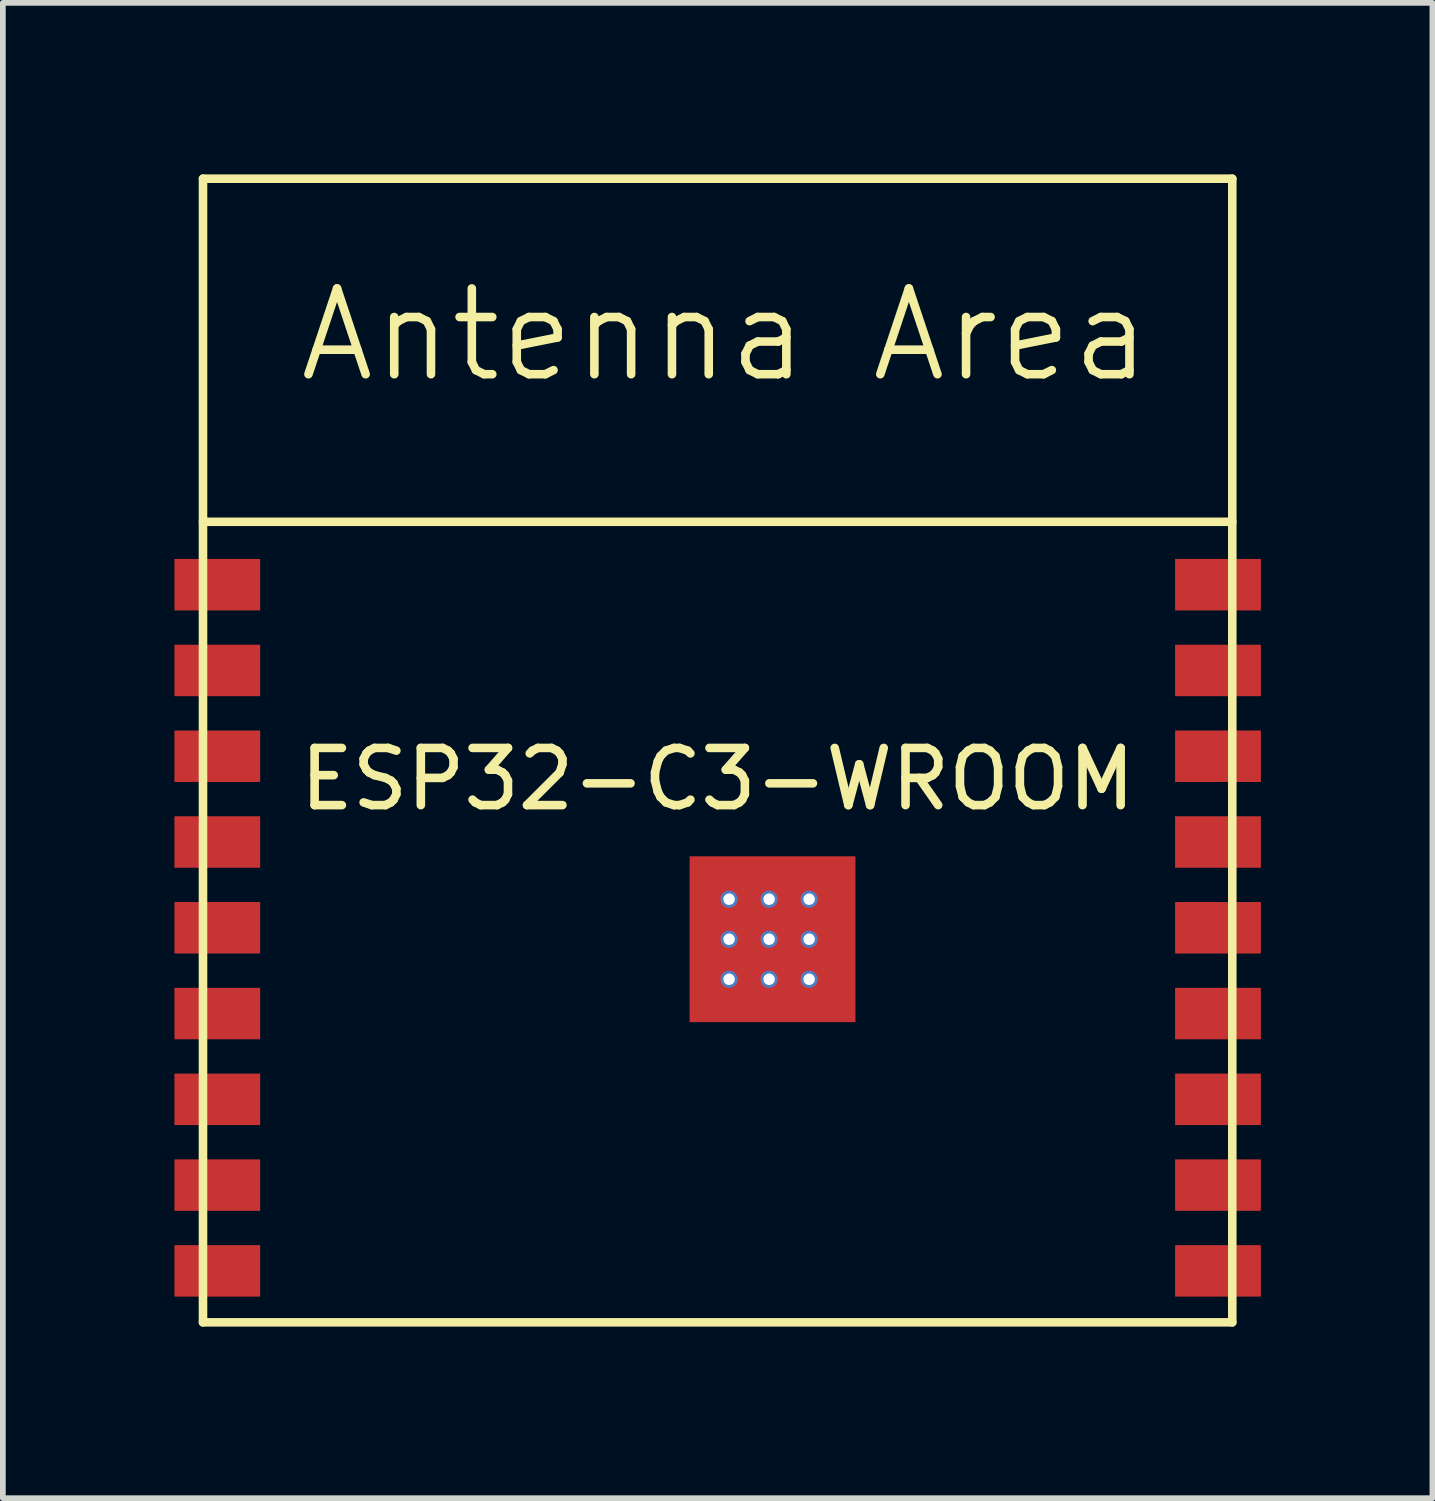
<source format=kicad_pcb>
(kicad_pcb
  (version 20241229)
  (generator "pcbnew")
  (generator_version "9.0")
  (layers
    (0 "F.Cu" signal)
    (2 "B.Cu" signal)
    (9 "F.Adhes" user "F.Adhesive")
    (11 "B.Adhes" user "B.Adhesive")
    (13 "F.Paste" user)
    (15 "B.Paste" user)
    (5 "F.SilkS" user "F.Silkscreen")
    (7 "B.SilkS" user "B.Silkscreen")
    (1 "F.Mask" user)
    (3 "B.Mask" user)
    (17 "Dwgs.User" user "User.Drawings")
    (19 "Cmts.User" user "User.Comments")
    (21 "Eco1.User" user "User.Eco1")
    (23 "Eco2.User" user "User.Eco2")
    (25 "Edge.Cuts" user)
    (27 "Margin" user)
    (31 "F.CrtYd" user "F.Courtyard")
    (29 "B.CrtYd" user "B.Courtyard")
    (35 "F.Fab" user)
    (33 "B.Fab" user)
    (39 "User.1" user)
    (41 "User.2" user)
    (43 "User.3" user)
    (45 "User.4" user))
  (footprint "ESP32-C3-WROOM"
    (layer "F.Cu")
    (at 9.5 10.075)
    (property "Reference" "ESP32-C3-WROOM" (at 0 0.5 0) (layer "F.SilkS") (effects (font (size 1 1) (thickness 0.15))))
    (attr through_hole)
    (fp_line (start -9 -10) (end 9 -10) (stroke (width 0.15) (type solid)) (layer "F.SilkS"))
    (fp_line (start -9 10) (end -9 -10) (stroke (width 0.15) (type solid)) (layer "F.SilkS"))
    (fp_line (start 9 -10) (end 9 10) (stroke (width 0.15) (type solid)) (layer "F.SilkS"))
    (fp_line (start 9 -4) (end -9 -4) (stroke (width 0.15) (type solid)) (layer "F.SilkS"))
    (fp_line (start 9 10) (end -9 10) (stroke (width 0.15) (type solid)) (layer "F.SilkS"))
    (fp_text user "Antenna Area" (at 0.13 -7.267 0) (layer "F.SilkS") (effects (font (size 1.5 1.5) (thickness 0.15))))
    (pad "1" smd rect (at -8.75 -2.9) (size 1.5 0.9) (layers "F.Cu" "F.Mask" "F.Paste"))
    (pad "2" smd rect (at -8.75 -1.4) (size 1.5 0.9) (layers "F.Cu" "F.Mask" "F.Paste"))
    (pad "3" smd rect (at -8.75 0.1) (size 1.5 0.9) (layers "F.Cu" "F.Mask" "F.Paste"))
    (pad "4" smd rect (at -8.75 1.6) (size 1.5 0.9) (layers "F.Cu" "F.Mask" "F.Paste"))
    (pad "5" smd rect (at -8.75 3.1) (size 1.5 0.9) (layers "F.Cu" "F.Mask" "F.Paste"))
    (pad "6" smd rect (at -8.75 4.6) (size 1.5 0.9) (layers "F.Cu" "F.Mask" "F.Paste"))
    (pad "7" smd rect (at -8.75 6.1) (size 1.5 0.9) (layers "F.Cu" "F.Mask" "F.Paste"))
    (pad "8" smd rect (at -8.75 7.6) (size 1.5 0.9) (layers "F.Cu" "F.Mask" "F.Paste"))
    (pad "9" smd rect (at -8.75 9.1) (size 1.5 0.9) (layers "F.Cu" "F.Mask" "F.Paste"))
    (pad "10" smd rect (at 8.75 9.1) (size 1.5 0.9) (layers "F.Cu" "F.Mask" "F.Paste"))
    (pad "11" smd rect (at 8.75 7.6) (size 1.5 0.9) (layers "F.Cu" "F.Mask" "F.Paste"))
    (pad "12" smd rect (at 8.75 6.1) (size 1.5 0.9) (layers "F.Cu" "F.Mask" "F.Paste"))
    (pad "13" smd rect (at 8.75 4.6) (size 1.5 0.9) (layers "F.Cu" "F.Mask" "F.Paste"))
    (pad "14" smd rect (at 8.75 3.1) (size 1.5 0.9) (layers "F.Cu" "F.Mask" "F.Paste"))
    (pad "15" smd rect (at 8.75 1.6) (size 1.5 0.9) (layers "F.Cu" "F.Mask" "F.Paste"))
    (pad "16" smd rect (at 8.75 0.1) (size 1.5 0.9) (layers "F.Cu" "F.Mask" "F.Paste"))
    (pad "17" smd rect (at 8.75 -1.4) (size 1.5 0.9) (layers "F.Cu" "F.Mask" "F.Paste"))
    (pad "18" smd rect (at 8.75 -2.9) (size 1.5 0.9) (layers "F.Cu" "F.Mask" "F.Paste"))
    (pad "19" thru_hole circle (at 0.2 2.6) (size 0.3 0.3) (drill 0.2) (layers "*.Cu" "*.Mask"))
    (pad "19" thru_hole circle (at 0.2 3.3) (size 0.3 0.3) (drill 0.2) (layers "*.Cu" "*.Mask"))
    (pad "19" thru_hole circle (at 0.2 4) (size 0.3 0.3) (drill 0.2) (layers "*.Cu" "*.Mask"))
    (pad "19" thru_hole circle (at 0.9 2.6) (size 0.3 0.3) (drill 0.2) (layers "*.Cu" "*.Mask"))
    (pad "19" thru_hole circle (at 0.9 3.3) (size 0.3 0.3) (drill 0.2) (layers "*.Cu" "*.Mask"))
    (pad "19" thru_hole circle (at 0.9 4) (size 0.3 0.3) (drill 0.2) (layers "*.Cu" "*.Mask"))
    (pad "19" smd rect (at 0.96 3.3) (size 2.9 2.9) (layers "F.Cu" "F.Mask" "F.Paste"))
    (pad "19" thru_hole circle (at 1.6 2.6) (size 0.3 0.3) (drill 0.2) (layers "*.Cu" "*.Mask"))
    (pad "19" thru_hole circle (at 1.6 3.3) (size 0.3 0.3) (drill 0.2) (layers "*.Cu" "*.Mask"))
    (pad "19" thru_hole circle (at 1.6 4) (size 0.3 0.3) (drill 0.2) (layers "*.Cu" "*.Mask")))
  (gr_rect
    (start -3 -3)
    (end 22 23.15)
    (stroke (width 0.1) (type default))
    (fill no)
    (layer "Edge.Cuts")))
</source>
